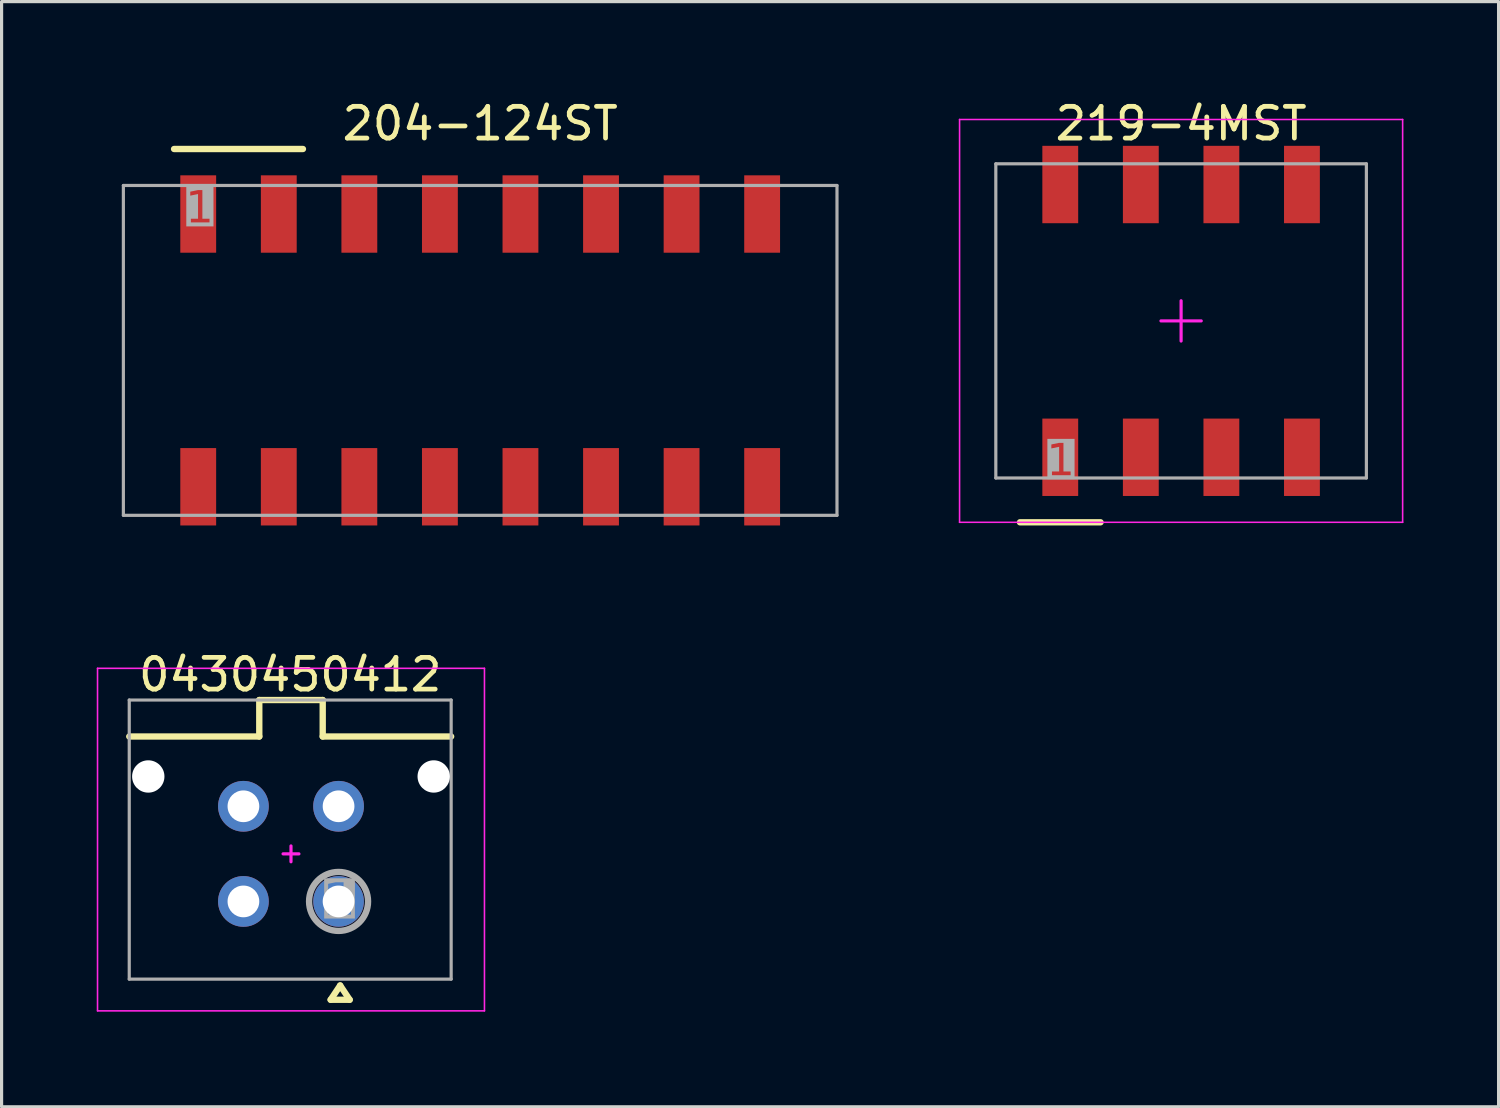
<source format=kicad_pcb>
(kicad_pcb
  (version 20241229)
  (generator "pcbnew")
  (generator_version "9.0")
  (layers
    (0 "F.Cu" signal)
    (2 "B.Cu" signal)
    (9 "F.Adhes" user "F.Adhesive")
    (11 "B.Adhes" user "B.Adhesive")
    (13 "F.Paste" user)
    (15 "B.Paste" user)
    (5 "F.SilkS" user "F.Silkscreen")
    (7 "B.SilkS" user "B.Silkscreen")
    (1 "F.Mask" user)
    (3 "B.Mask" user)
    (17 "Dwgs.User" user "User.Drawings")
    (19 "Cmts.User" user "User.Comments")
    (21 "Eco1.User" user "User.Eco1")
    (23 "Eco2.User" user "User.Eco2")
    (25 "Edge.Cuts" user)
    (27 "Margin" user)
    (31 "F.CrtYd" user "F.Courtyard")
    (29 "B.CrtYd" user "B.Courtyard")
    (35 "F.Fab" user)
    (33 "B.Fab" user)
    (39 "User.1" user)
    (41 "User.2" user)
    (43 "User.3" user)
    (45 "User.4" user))
  (footprint "219-4MST"
    (layer "F.Cu")
    (at 34.19 7.068)
    (property "Reference" "219-4MST" (at 0 -6.22 0) (layer "F.SilkS") (effects (font (size 1 1) (thickness 0.15))))
    (fp_line (start -5.08 6.35) (end -2.54 6.35) (stroke (width 0.2) (type solid)) (layer "F.SilkS"))
    (fp_line (start -6.985 -6.35) (end 6.985 -6.35) (stroke (width 0.05) (type solid)) (layer "F.CrtYd"))
    (fp_line (start -6.985 6.35) (end -6.985 -6.35) (stroke (width 0.05) (type solid)) (layer "F.CrtYd"))
    (fp_line (start -6.985 6.35) (end 6.985 6.35) (stroke (width 0.05) (type solid)) (layer "F.CrtYd"))
    (fp_line (start -0.635 0) (end 0.635 0) (stroke (width 0.1) (type solid)) (layer "F.CrtYd"))
    (fp_line (start 0 0.635) (end 0 -0.635) (stroke (width 0.1) (type solid)) (layer "F.CrtYd"))
    (fp_line (start 6.985 6.35) (end 6.985 -6.35) (stroke (width 0.05) (type solid)) (layer "F.CrtYd"))
    (fp_line (start -5.842 -4.953) (end 5.842 -4.953) (stroke (width 0.1) (type solid)) (layer "F.Fab"))
    (fp_line (start -5.842 4.953) (end -5.842 -4.953) (stroke (width 0.1) (type solid)) (layer "F.Fab"))
    (fp_line (start -5.842 4.953) (end 5.842 4.953) (stroke (width 0.1) (type solid)) (layer "F.Fab"))
    (fp_line (start 5.842 4.953) (end 5.842 -4.953) (stroke (width 0.1) (type solid)) (layer "F.Fab"))
    (fp_text user "1" (at -3.8 4.45 0) (unlocked yes) (layer "F.Fab" knockout) (effects (font (face "Arial") (size 1 1) (thickness 0.254))))
    (pad "1" smd rect (at -3.81 4.3) (size 1.13 2.44) (layers "F.Cu" "F.Mask" "F.Paste"))
    (pad "2" smd rect (at -1.27 4.3) (size 1.13 2.44) (layers "F.Cu" "F.Mask" "F.Paste"))
    (pad "3" smd rect (at 1.27 4.3) (size 1.13 2.44) (layers "F.Cu" "F.Mask" "F.Paste"))
    (pad "4" smd rect (at 3.81 4.3) (size 1.13 2.44) (layers "F.Cu" "F.Mask" "F.Paste"))
    (pad "5" smd rect (at -3.81 -4.3) (size 1.13 2.44) (layers "F.Cu" "F.Mask" "F.Paste"))
    (pad "6" smd rect (at -1.27 -4.3) (size 1.13 2.44) (layers "F.Cu" "F.Mask" "F.Paste"))
    (pad "7" smd rect (at 1.27 -4.3) (size 1.13 2.44) (layers "F.Cu" "F.Mask" "F.Paste"))
    (pad "8" smd rect (at 3.81 -4.3) (size 1.13 2.44) (layers "F.Cu" "F.Mask" "F.Paste")))
  (footprint "0430450412"
    (layer "F.Cu")
    (at 6.125 23.872)
    (property "Reference" "0430450412" (at -0.025 -5.65 0) (layer "F.SilkS") (effects (font (size 1 1) (thickness 0.15))))
    (fp_line (start -5.1 -3.7) (end -1 -3.7) (stroke (width 0.2) (type solid)) (layer "F.SilkS"))
    (fp_line (start -1 -4.85) (end 1 -4.85) (stroke (width 0.2) (type solid)) (layer "F.SilkS"))
    (fp_line (start -1 -3.7) (end -1 -4.85) (stroke (width 0.2) (type solid)) (layer "F.SilkS"))
    (fp_line (start 1 -3.7) (end 1 -4.85) (stroke (width 0.2) (type solid)) (layer "F.SilkS"))
    (fp_line (start 1 -3.7) (end 5.05 -3.7) (stroke (width 0.2) (type solid)) (layer "F.SilkS"))
    (fp_line (start 1.25 4.6) (end 1.55 4.15) (stroke (width 0.2) (type solid)) (layer "F.SilkS"))
    (fp_line (start 1.25 4.6) (end 1.85 4.6) (stroke (width 0.2) (type solid)) (layer "F.SilkS"))
    (fp_line (start 1.55 4.15) (end 1.85 4.6) (stroke (width 0.2) (type solid)) (layer "F.SilkS"))
    (fp_line (start -6.1 -5.85) (end 6.1 -5.85) (stroke (width 0.05) (type solid)) (layer "F.CrtYd"))
    (fp_line (start -6.1 4.95) (end -6.1 -5.85) (stroke (width 0.05) (type solid)) (layer "F.CrtYd"))
    (fp_line (start -6.1 4.95) (end 6.1 4.95) (stroke (width 0.05) (type solid)) (layer "F.CrtYd"))
    (fp_line (start -0.25 0) (end 0.25 0) (stroke (width 0.1) (type solid)) (layer "F.CrtYd"))
    (fp_line (start 0 0.25) (end 0 -0.25) (stroke (width 0.1) (type solid)) (layer "F.CrtYd"))
    (fp_line (start 6.1 4.95) (end 6.1 -5.85) (stroke (width 0.05) (type solid)) (layer "F.CrtYd"))
    (fp_line (start -5.1 -4.85) (end 5.05 -4.85) (stroke (width 0.1) (type solid)) (layer "F.Fab"))
    (fp_line (start -5.1 3.95) (end -5.1 -4.85) (stroke (width 0.1) (type solid)) (layer "F.Fab"))
    (fp_line (start -5.1 3.95) (end 5.05 3.95) (stroke (width 0.1) (type solid)) (layer "F.Fab"))
    (fp_line (start 5.05 3.95) (end 5.05 -4.85) (stroke (width 0.1) (type solid)) (layer "F.Fab"))
    (fp_circle (center 1.5 1.5) (end 1.5 0.57) (stroke (width 0.2) (type solid)) (fill no) (layer "F.Fab"))
    (fp_text user "1" (at 1.5 1.5 0) (unlocked yes) (layer "F.Fab" knockout) (effects (font (face "Arial") (size 1 1) (thickness 0.254) (bold yes))))
    (pad "" np_thru_hole circle (at -4.5 -2.44) (size 1.02 1.02) (drill 1.02) (layers "*.Cu" "*.Mask"))
    (pad "" np_thru_hole circle (at 4.5 -2.44) (size 1.02 1.02) (drill 1.02) (layers "*.Cu" "*.Mask"))
    (pad "1" thru_hole circle (at 1.5 1.5) (size 1.6 1.6) (drill 1) (layers "*.Cu" "*.Mask"))
    (pad "2" thru_hole circle (at -1.5 1.5) (size 1.6 1.6) (drill 1) (layers "*.Cu" "*.Mask"))
    (pad "3" thru_hole circle (at 1.5 -1.5) (size 1.6 1.6) (drill 1) (layers "*.Cu" "*.Mask"))
    (pad "4" thru_hole circle (at -1.5 -1.5) (size 1.6 1.6) (drill 1) (layers "*.Cu" "*.Mask")))
  (footprint "204-124ST"
    (layer "F.Cu")
    (at 12.09 7.998)
    (property "Reference" "204-124ST" (at 0 -7.15 0) (layer "F.SilkS") (effects (font (size 1 1) (thickness 0.15))))
    (fp_line (start -9.652 -6.35) (end -5.588 -6.35) (stroke (width 0.2) (type solid)) (layer "F.SilkS"))
    (fp_line (start -12.065 -6.35) (end 12.065 -6.35) (stroke (width 0.05) (type solid)) (layer "Margin"))
    (fp_line (start -12.065 6.35) (end -12.065 -6.35) (stroke (width 0.05) (type solid)) (layer "Margin"))
    (fp_line (start -12.065 6.35) (end 12.065 6.35) (stroke (width 0.05) (type solid)) (layer "Margin"))
    (fp_line (start -0.635 0) (end 0.635 0) (stroke (width 0.1) (type solid)) (layer "Margin"))
    (fp_line (start 0 0.635) (end 0 -0.635) (stroke (width 0.1) (type solid)) (layer "Margin"))
    (fp_line (start 12.065 6.35) (end 12.065 -6.35) (stroke (width 0.05) (type solid)) (layer "Margin"))
    (fp_line (start -11.25 -5.2) (end 11.25 -5.2) (stroke (width 0.1) (type solid)) (layer "F.Fab"))
    (fp_line (start -11.25 5.2) (end -11.25 -5.2) (stroke (width 0.1) (type solid)) (layer "F.Fab"))
    (fp_line (start -11.25 5.2) (end 11.25 5.2) (stroke (width 0.1) (type solid)) (layer "F.Fab"))
    (fp_line (start 11.25 5.2) (end 11.25 -5.2) (stroke (width 0.1) (type solid)) (layer "F.Fab"))
    (fp_text user "1" (at -8.85 -4.45 0) (unlocked yes) (layer "F.Fab" knockout) (effects (font (face "Arial") (size 1 1) (thickness 0.254))))
    (pad "1" smd rect (at -8.89 -4.3) (size 1.13 2.44) (layers "F.Cu" "F.Mask" "F.Paste"))
    (pad "2" smd rect (at -6.35 -4.3) (size 1.13 2.44) (layers "F.Cu" "F.Mask" "F.Paste"))
    (pad "3" smd rect (at -3.81 -4.3) (size 1.13 2.44) (layers "F.Cu" "F.Mask" "F.Paste"))
    (pad "4" smd rect (at -1.27 -4.3) (size 1.13 2.44) (layers "F.Cu" "F.Mask" "F.Paste"))
    (pad "5" smd rect (at 1.27 -4.3) (size 1.13 2.44) (layers "F.Cu" "F.Mask" "F.Paste"))
    (pad "6" smd rect (at 3.81 -4.3) (size 1.13 2.44) (layers "F.Cu" "F.Mask" "F.Paste"))
    (pad "7" smd rect (at 6.35 -4.3) (size 1.13 2.44) (layers "F.Cu" "F.Mask" "F.Paste"))
    (pad "8" smd rect (at 8.89 -4.3) (size 1.13 2.44) (layers "F.Cu" "F.Mask" "F.Paste"))
    (pad "9" smd rect (at 8.89 4.3) (size 1.13 2.44) (layers "F.Cu" "F.Mask" "F.Paste"))
    (pad "10" smd rect (at 6.35 4.3) (size 1.13 2.44) (layers "F.Cu" "F.Mask" "F.Paste"))
    (pad "11" smd rect (at 3.81 4.3) (size 1.13 2.44) (layers "F.Cu" "F.Mask" "F.Paste"))
    (pad "12" smd rect (at 1.27 4.3) (size 1.13 2.44) (layers "F.Cu" "F.Mask" "F.Paste"))
    (pad "13" smd rect (at -1.27 4.3) (size 1.13 2.44) (layers "F.Cu" "F.Mask" "F.Paste"))
    (pad "14" smd rect (at -3.81 4.3) (size 1.13 2.44) (layers "F.Cu" "F.Mask" "F.Paste"))
    (pad "15" smd rect (at -6.35 4.3) (size 1.13 2.44) (layers "F.Cu" "F.Mask" "F.Paste"))
    (pad "16" smd rect (at -8.89 4.3) (size 1.13 2.44) (layers "F.Cu" "F.Mask" "F.Paste")))
  (gr_rect
    (start -3 -3)
    (end 44.2 31.846)
    (stroke (width 0.1) (type default))
    (fill no)
    (layer "Edge.Cuts")))
</source>
